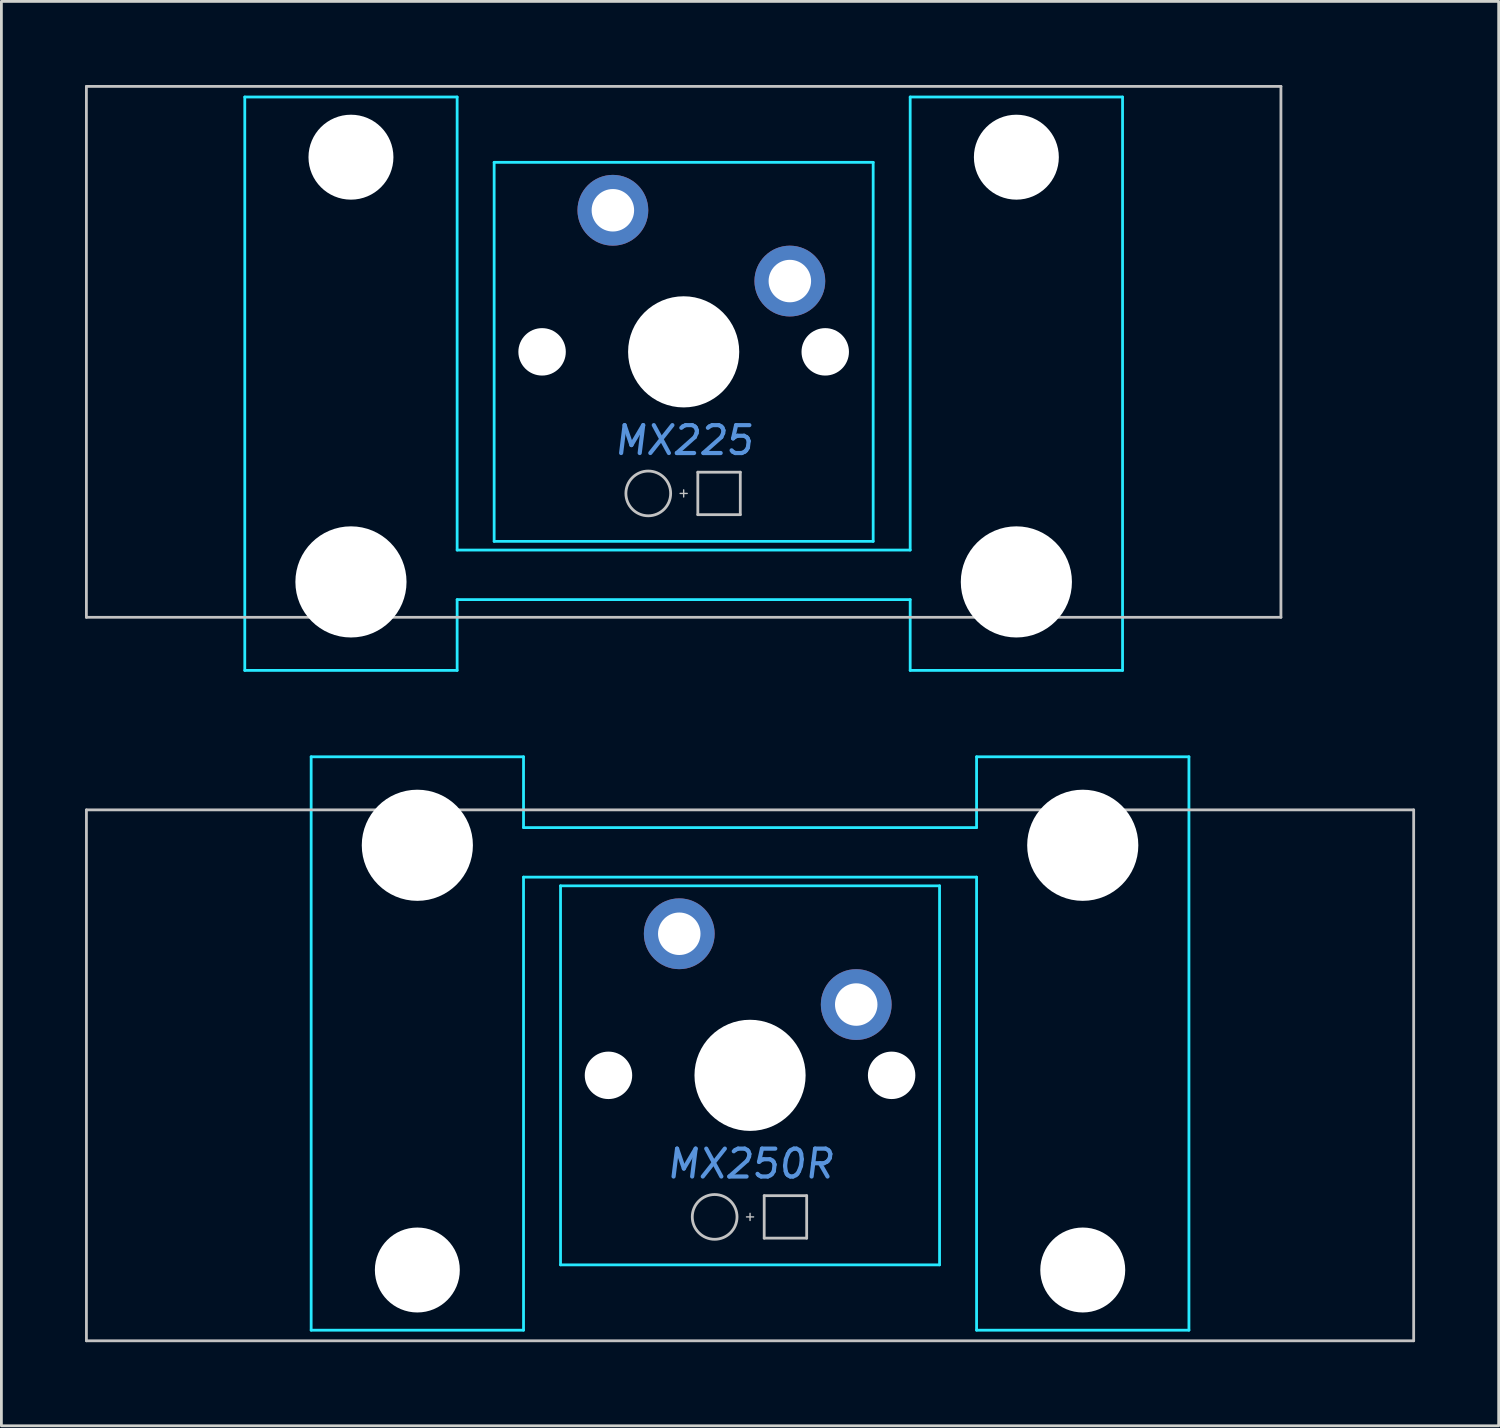
<source format=kicad_pcb>
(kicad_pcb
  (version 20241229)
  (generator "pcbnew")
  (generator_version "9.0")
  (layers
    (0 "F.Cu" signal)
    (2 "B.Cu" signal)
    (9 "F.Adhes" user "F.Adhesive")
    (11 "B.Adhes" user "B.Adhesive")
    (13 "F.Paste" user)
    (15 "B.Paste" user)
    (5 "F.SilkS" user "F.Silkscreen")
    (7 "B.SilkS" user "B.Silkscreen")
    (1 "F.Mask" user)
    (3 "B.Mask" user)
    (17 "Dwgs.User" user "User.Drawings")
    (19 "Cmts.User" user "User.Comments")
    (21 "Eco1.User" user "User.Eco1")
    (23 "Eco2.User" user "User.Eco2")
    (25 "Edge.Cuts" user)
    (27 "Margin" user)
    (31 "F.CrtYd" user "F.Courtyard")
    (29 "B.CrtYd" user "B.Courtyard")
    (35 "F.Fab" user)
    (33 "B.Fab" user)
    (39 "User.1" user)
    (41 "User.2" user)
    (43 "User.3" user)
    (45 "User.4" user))
  (footprint "MX250R"
    (layer "F.Cu")
    (at 23.863 35.535)
    (property "Reference" "MX250R" (at 0 3.175 0) (layer "Cmts.User") (effects (font (size 1 1) (thickness 0.15) (italic yes))))
    (attr through_hole)
    (fp_line (start -23.812 -9.525) (end -23.812 9.525) (stroke (width 0.1) (type solid)) (layer "Dwgs.User"))
    (fp_line (start -23.812 -9.525) (end 23.812 -9.525) (stroke (width 0.1) (type solid)) (layer "Dwgs.User"))
    (fp_line (start -23.812 9.525) (end 23.812 9.525) (stroke (width 0.1) (type solid)) (layer "Dwgs.User"))
    (fp_line (start -0.127 5.08) (end 0.127 5.08) (stroke (width 0.05) (type solid)) (layer "Dwgs.User"))
    (fp_line (start 0 5.207) (end 0 4.953) (stroke (width 0.05) (type solid)) (layer "Dwgs.User"))
    (fp_line (start 0.508 4.318) (end 0.508 5.842) (stroke (width 0.1) (type solid)) (layer "Dwgs.User"))
    (fp_line (start 0.508 4.318) (end 2.032 4.318) (stroke (width 0.1) (type solid)) (layer "Dwgs.User"))
    (fp_line (start 0.508 5.842) (end 2.032 5.842) (stroke (width 0.1) (type solid)) (layer "Dwgs.User"))
    (fp_line (start 2.032 5.842) (end 2.032 4.318) (stroke (width 0.1) (type solid)) (layer "Dwgs.User"))
    (fp_line (start 23.812 -9.525) (end 23.812 9.525) (stroke (width 0.1) (type solid)) (layer "Dwgs.User"))
    (fp_circle (center -1.27 5.08) (end -0.467 5.08) (stroke (width 0.1) (type solid)) (fill no) (layer "Dwgs.User"))
    (fp_line (start -15.438 -8.515) (end -15.438 5.485) (stroke (width 0.1) (type solid)) (layer "Eco1.User"))
    (fp_line (start -14.938 -9.015) (end -8.938 -9.015) (stroke (width 0.1) (type solid)) (layer "Eco1.User"))
    (fp_line (start -8.938 5.985) (end -14.938 5.985) (stroke (width 0.1) (type solid)) (layer "Eco1.User"))
    (fp_line (start -8.438 5.485) (end -8.438 -8.515) (stroke (width 0.1) (type solid)) (layer "Eco1.User"))
    (fp_line (start -7 -6.5) (end -7 6.5) (stroke (width 0.1) (type solid)) (layer "Eco1.User"))
    (fp_line (start -6.5 7) (end 6.5 7) (stroke (width 0.1) (type solid)) (layer "Eco1.User"))
    (fp_line (start 6.5 -7) (end -6.5 -7) (stroke (width 0.1) (type solid)) (layer "Eco1.User"))
    (fp_line (start 7 6.5) (end 7 -6.5) (stroke (width 0.1) (type solid)) (layer "Eco1.User"))
    (fp_line (start 8.438 -8.515) (end 8.438 5.485) (stroke (width 0.1) (type solid)) (layer "Eco1.User"))
    (fp_line (start 8.938 -9.015) (end 14.938 -9.015) (stroke (width 0.1) (type solid)) (layer "Eco1.User"))
    (fp_line (start 14.938 5.985) (end 8.938 5.985) (stroke (width 0.1) (type solid)) (layer "Eco1.User"))
    (fp_line (start 15.438 5.485) (end 15.438 -8.515) (stroke (width 0.1) (type solid)) (layer "Eco1.User"))
    (fp_arc (start -15.438 -8.515) (mid -15.291553 -8.868553) (end -14.938 -9.015) (stroke (width 0.1) (type solid)) (layer "Eco1.User"))
    (fp_arc (start -14.938 5.985) (mid -15.291553 5.838553) (end -15.438 5.485) (stroke (width 0.1) (type solid)) (layer "Eco1.User"))
    (fp_arc (start -8.938 -9.015) (mid -8.584447 -8.868553) (end -8.438 -8.515) (stroke (width 0.1) (type solid)) (layer "Eco1.User"))
    (fp_arc (start -8.438 5.485) (mid -8.584447 5.838553) (end -8.938 5.985) (stroke (width 0.1) (type solid)) (layer "Eco1.User"))
    (fp_arc (start -7 -6.5) (mid -6.853553 -6.853553) (end -6.5 -7) (stroke (width 0.1) (type solid)) (layer "Eco1.User"))
    (fp_arc (start -6.5 7) (mid -6.853553 6.853553) (end -7 6.5) (stroke (width 0.1) (type solid)) (layer "Eco1.User"))
    (fp_arc (start 6.5 -7) (mid 6.853553 -6.853553) (end 7 -6.5) (stroke (width 0.1) (type solid)) (layer "Eco1.User"))
    (fp_arc (start 7 6.5) (mid 6.853553 6.853553) (end 6.5 7) (stroke (width 0.1) (type solid)) (layer "Eco1.User"))
    (fp_arc (start 8.438 -8.515) (mid 8.584447 -8.868553) (end 8.938 -9.015) (stroke (width 0.1) (type solid)) (layer "Eco1.User"))
    (fp_arc (start 8.938 5.985) (mid 8.584447 5.838553) (end 8.438 5.485) (stroke (width 0.1) (type solid)) (layer "Eco1.User"))
    (fp_arc (start 14.938 -9.015) (mid 15.291553 -8.868553) (end 15.438 -8.515) (stroke (width 0.1) (type solid)) (layer "Eco1.User"))
    (fp_arc (start 15.438 5.485) (mid 15.291553 5.838553) (end 14.938 5.985) (stroke (width 0.1) (type solid)) (layer "Eco1.User"))
    (fp_line (start -15.748 -11.43) (end -8.128 -11.43) (stroke (width 0.1) (type solid)) (layer "B.CrtYd"))
    (fp_line (start -15.748 9.144) (end -15.748 -11.43) (stroke (width 0.1) (type solid)) (layer "B.CrtYd"))
    (fp_line (start -8.128 -11.43) (end -8.128 -8.89) (stroke (width 0.1) (type solid)) (layer "B.CrtYd"))
    (fp_line (start -8.128 9.144) (end -15.748 9.144) (stroke (width 0.1) (type solid)) (layer "B.CrtYd"))
    (fp_line (start -8.128 9.144) (end -8.128 -7.112) (stroke (width 0.1) (type solid)) (layer "B.CrtYd"))
    (fp_line (start -6.8 6.8) (end -6.8 -6.8) (stroke (width 0.1) (type solid)) (layer "B.CrtYd"))
    (fp_line (start 6.8 -6.8) (end -6.8 -6.8) (stroke (width 0.1) (type solid)) (layer "B.CrtYd"))
    (fp_line (start 6.8 6.8) (end -6.8 6.8) (stroke (width 0.1) (type solid)) (layer "B.CrtYd"))
    (fp_line (start 6.8 6.8) (end 6.8 -6.8) (stroke (width 0.1) (type solid)) (layer "B.CrtYd"))
    (fp_line (start 8.128 -11.43) (end 8.128 -8.89) (stroke (width 0.1) (type solid)) (layer "B.CrtYd"))
    (fp_line (start 8.128 -11.43) (end 15.748 -11.43) (stroke (width 0.1) (type solid)) (layer "B.CrtYd"))
    (fp_line (start 8.128 -8.89) (end -8.128 -8.89) (stroke (width 0.1) (type solid)) (layer "B.CrtYd"))
    (fp_line (start 8.128 -7.112) (end -8.128 -7.112) (stroke (width 0.1) (type solid)) (layer "B.CrtYd"))
    (fp_line (start 8.128 9.144) (end 8.128 -7.112) (stroke (width 0.1) (type solid)) (layer "B.CrtYd"))
    (fp_line (start 15.748 -11.43) (end 15.748 9.144) (stroke (width 0.1) (type solid)) (layer "B.CrtYd"))
    (fp_line (start 15.748 9.144) (end 8.128 9.144) (stroke (width 0.1) (type solid)) (layer "B.CrtYd"))
    (pad "" np_thru_hole circle (at -11.938 -8.255 180) (size 3.988 3.988) (drill 3.988) (layers "*.Cu" "*.Mask"))
    (pad "" np_thru_hole circle (at -11.938 6.985 180) (size 3.048 3.048) (drill 3.048) (layers "*.Cu" "*.Mask"))
    (pad "" np_thru_hole circle (at -5.08 0) (size 1.702 1.702) (drill 1.702) (layers "*.Cu" "*.Mask"))
    (pad "" np_thru_hole circle (at 0 0) (size 3.988 3.988) (drill 3.988) (layers "*.Cu" "*.Mask"))
    (pad "" np_thru_hole circle (at 5.08 0) (size 1.702 1.702) (drill 1.702) (layers "*.Cu" "*.Mask"))
    (pad "" np_thru_hole circle (at 11.938 -8.255 180) (size 3.988 3.988) (drill 3.988) (layers "*.Cu" "*.Mask"))
    (pad "" np_thru_hole circle (at 11.938 6.985 180) (size 3.048 3.048) (drill 3.048) (layers "*.Cu" "*.Mask"))
    (pad "1" thru_hole circle (at -2.54 -5.08) (size 2.54 2.54) (drill 1.524) (layers "*.Cu" "*.Mask"))
    (pad "2" thru_hole circle (at 3.81 -2.54) (size 2.54 2.54) (drill 1.524) (layers "*.Cu" "*.Mask")))
  (footprint "MX225"
    (layer "F.Cu")
    (at 21.481 9.575)
    (property "Reference" "MX225" (at 0 3.175 0) (layer "Cmts.User") (effects (font (size 1 1) (thickness 0.15) (italic yes))))
    (attr through_hole)
    (fp_line (start -21.431 -9.525) (end -21.431 9.525) (stroke (width 0.1) (type solid)) (layer "Dwgs.User"))
    (fp_line (start -21.431 -9.525) (end 21.431 -9.525) (stroke (width 0.1) (type solid)) (layer "Dwgs.User"))
    (fp_line (start -21.431 9.525) (end 21.431 9.525) (stroke (width 0.1) (type solid)) (layer "Dwgs.User"))
    (fp_line (start -0.127 5.08) (end 0.127 5.08) (stroke (width 0.05) (type solid)) (layer "Dwgs.User"))
    (fp_line (start 0 5.207) (end 0 4.953) (stroke (width 0.05) (type solid)) (layer "Dwgs.User"))
    (fp_line (start 0.508 4.318) (end 0.508 5.842) (stroke (width 0.1) (type solid)) (layer "Dwgs.User"))
    (fp_line (start 0.508 4.318) (end 2.032 4.318) (stroke (width 0.1) (type solid)) (layer "Dwgs.User"))
    (fp_line (start 0.508 5.842) (end 2.032 5.842) (stroke (width 0.1) (type solid)) (layer "Dwgs.User"))
    (fp_line (start 2.032 5.842) (end 2.032 4.318) (stroke (width 0.1) (type solid)) (layer "Dwgs.User"))
    (fp_line (start 21.431 -9.525) (end 21.431 9.525) (stroke (width 0.1) (type solid)) (layer "Dwgs.User"))
    (fp_circle (center -1.27 5.08) (end -0.467 5.08) (stroke (width 0.1) (type solid)) (fill no) (layer "Dwgs.User"))
    (fp_line (start -15.438 -5.485) (end -15.438 8.515) (stroke (width 0.1) (type solid)) (layer "Eco1.User"))
    (fp_line (start -14.938 -5.985) (end -8.938 -5.985) (stroke (width 0.1) (type solid)) (layer "Eco1.User"))
    (fp_line (start -8.938 9.015) (end -14.938 9.015) (stroke (width 0.1) (type solid)) (layer "Eco1.User"))
    (fp_line (start -8.438 8.515) (end -8.438 -5.485) (stroke (width 0.1) (type solid)) (layer "Eco1.User"))
    (fp_line (start -7 -6.5) (end -7 6.5) (stroke (width 0.1) (type solid)) (layer "Eco1.User"))
    (fp_line (start -6.5 7) (end 6.5 7) (stroke (width 0.1) (type solid)) (layer "Eco1.User"))
    (fp_line (start 6.5 -7) (end -6.5 -7) (stroke (width 0.1) (type solid)) (layer "Eco1.User"))
    (fp_line (start 7 6.5) (end 7 -6.5) (stroke (width 0.1) (type solid)) (layer "Eco1.User"))
    (fp_line (start 8.438 -5.485) (end 8.438 8.515) (stroke (width 0.1) (type solid)) (layer "Eco1.User"))
    (fp_line (start 8.938 -5.985) (end 14.938 -5.985) (stroke (width 0.1) (type solid)) (layer "Eco1.User"))
    (fp_line (start 14.938 9.015) (end 8.938 9.015) (stroke (width 0.1) (type solid)) (layer "Eco1.User"))
    (fp_line (start 15.438 8.515) (end 15.438 -5.485) (stroke (width 0.1) (type solid)) (layer "Eco1.User"))
    (fp_arc (start -15.438 -5.485) (mid -15.291553 -5.838553) (end -14.938 -5.985) (stroke (width 0.1) (type solid)) (layer "Eco1.User"))
    (fp_arc (start -14.938 9.015) (mid -15.291553 8.868553) (end -15.438 8.515) (stroke (width 0.1) (type solid)) (layer "Eco1.User"))
    (fp_arc (start -8.938 -5.985) (mid -8.584447 -5.838553) (end -8.438 -5.485) (stroke (width 0.1) (type solid)) (layer "Eco1.User"))
    (fp_arc (start -8.438 8.515) (mid -8.584447 8.868553) (end -8.938 9.015) (stroke (width 0.1) (type solid)) (layer "Eco1.User"))
    (fp_arc (start -7 -6.5) (mid -6.853553 -6.853553) (end -6.5 -7) (stroke (width 0.1) (type solid)) (layer "Eco1.User"))
    (fp_arc (start -6.5 7) (mid -6.853553 6.853553) (end -7 6.5) (stroke (width 0.1) (type solid)) (layer "Eco1.User"))
    (fp_arc (start 6.5 -7) (mid 6.853553 -6.853553) (end 7 -6.5) (stroke (width 0.1) (type solid)) (layer "Eco1.User"))
    (fp_arc (start 7 6.5) (mid 6.853553 6.853553) (end 6.5 7) (stroke (width 0.1) (type solid)) (layer "Eco1.User"))
    (fp_arc (start 8.438 -5.485) (mid 8.584447 -5.838553) (end 8.938 -5.985) (stroke (width 0.1) (type solid)) (layer "Eco1.User"))
    (fp_arc (start 8.938 9.015) (mid 8.584447 8.868553) (end 8.438 8.515) (stroke (width 0.1) (type solid)) (layer "Eco1.User"))
    (fp_arc (start 14.938 -5.985) (mid 15.291553 -5.838553) (end 15.438 -5.485) (stroke (width 0.1) (type solid)) (layer "Eco1.User"))
    (fp_arc (start 15.438 8.515) (mid 15.291553 8.868553) (end 14.938 9.015) (stroke (width 0.1) (type solid)) (layer "Eco1.User"))
    (fp_line (start -15.748 -9.144) (end -8.128 -9.144) (stroke (width 0.1) (type solid)) (layer "B.CrtYd"))
    (fp_line (start -15.748 11.43) (end -15.748 -9.144) (stroke (width 0.1) (type solid)) (layer "B.CrtYd"))
    (fp_line (start -8.128 -9.144) (end -8.128 7.112) (stroke (width 0.1) (type solid)) (layer "B.CrtYd"))
    (fp_line (start -8.128 7.112) (end 8.128 7.112) (stroke (width 0.1) (type solid)) (layer "B.CrtYd"))
    (fp_line (start -8.128 8.89) (end 8.128 8.89) (stroke (width 0.1) (type solid)) (layer "B.CrtYd"))
    (fp_line (start -8.128 11.43) (end -15.748 11.43) (stroke (width 0.1) (type solid)) (layer "B.CrtYd"))
    (fp_line (start -8.128 11.43) (end -8.128 8.89) (stroke (width 0.1) (type solid)) (layer "B.CrtYd"))
    (fp_line (start -6.8 6.8) (end -6.8 -6.8) (stroke (width 0.1) (type solid)) (layer "B.CrtYd"))
    (fp_line (start 6.8 -6.8) (end -6.8 -6.8) (stroke (width 0.1) (type solid)) (layer "B.CrtYd"))
    (fp_line (start 6.8 6.8) (end -6.8 6.8) (stroke (width 0.1) (type solid)) (layer "B.CrtYd"))
    (fp_line (start 6.8 6.8) (end 6.8 -6.8) (stroke (width 0.1) (type solid)) (layer "B.CrtYd"))
    (fp_line (start 8.128 -9.144) (end 8.128 7.112) (stroke (width 0.1) (type solid)) (layer "B.CrtYd"))
    (fp_line (start 8.128 -9.144) (end 15.748 -9.144) (stroke (width 0.1) (type solid)) (layer "B.CrtYd"))
    (fp_line (start 8.128 11.43) (end 8.128 8.89) (stroke (width 0.1) (type solid)) (layer "B.CrtYd"))
    (fp_line (start 15.748 -9.144) (end 15.748 11.43) (stroke (width 0.1) (type solid)) (layer "B.CrtYd"))
    (fp_line (start 15.748 11.43) (end 8.128 11.43) (stroke (width 0.1) (type solid)) (layer "B.CrtYd"))
    (pad "" np_thru_hole circle (at -11.938 -6.985) (size 3.048 3.048) (drill 3.048) (layers "*.Cu" "*.Mask"))
    (pad "" np_thru_hole circle (at -11.938 8.255) (size 3.988 3.988) (drill 3.988) (layers "*.Cu" "*.Mask"))
    (pad "" np_thru_hole circle (at -5.08 0) (size 1.702 1.702) (drill 1.702) (layers "*.Cu" "*.Mask"))
    (pad "" np_thru_hole circle (at 0 0) (size 3.988 3.988) (drill 3.988) (layers "*.Cu" "*.Mask"))
    (pad "" np_thru_hole circle (at 5.08 0) (size 1.702 1.702) (drill 1.702) (layers "*.Cu" "*.Mask"))
    (pad "" np_thru_hole circle (at 11.938 -6.985) (size 3.048 3.048) (drill 3.048) (layers "*.Cu" "*.Mask"))
    (pad "" np_thru_hole circle (at 11.938 8.255) (size 3.988 3.988) (drill 3.988) (layers "*.Cu" "*.Mask"))
    (pad "1" thru_hole circle (at -2.54 -5.08) (size 2.54 2.54) (drill 1.524) (layers "*.Cu" "*.Mask"))
    (pad "2" thru_hole circle (at 3.81 -2.54) (size 2.54 2.54) (drill 1.524) (layers "*.Cu" "*.Mask")))
  (gr_rect
    (start -3 -3)
    (end 50.725 48.11)
    (stroke (width 0.1) (type default))
    (fill no)
    (layer "Edge.Cuts")))
</source>
